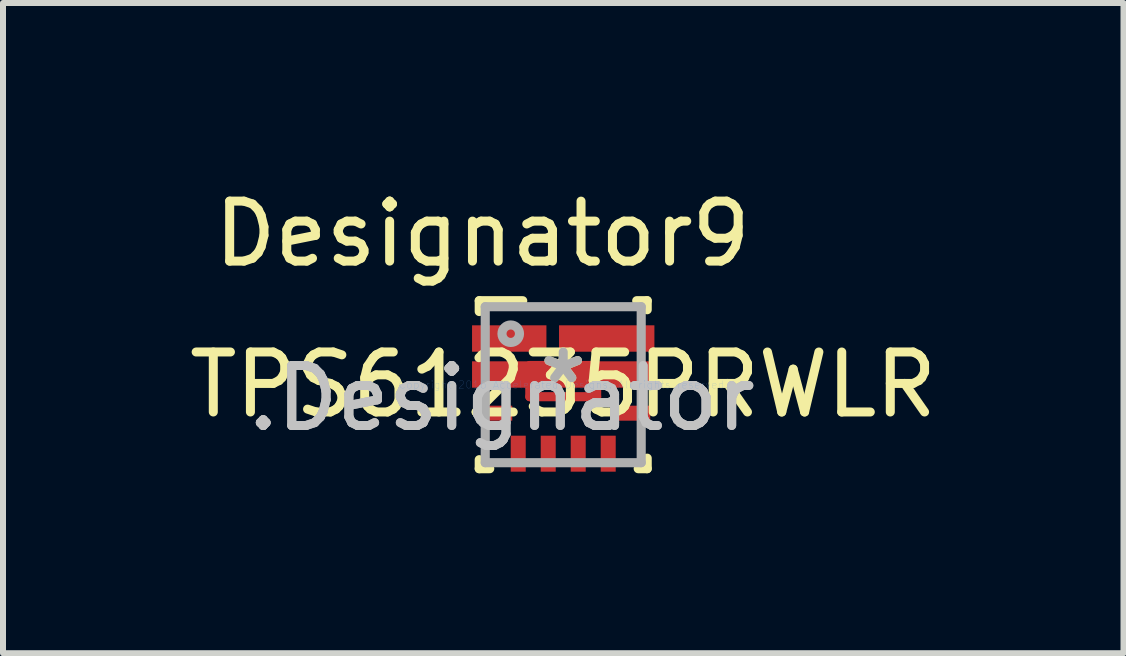
<source format=kicad_pcb>
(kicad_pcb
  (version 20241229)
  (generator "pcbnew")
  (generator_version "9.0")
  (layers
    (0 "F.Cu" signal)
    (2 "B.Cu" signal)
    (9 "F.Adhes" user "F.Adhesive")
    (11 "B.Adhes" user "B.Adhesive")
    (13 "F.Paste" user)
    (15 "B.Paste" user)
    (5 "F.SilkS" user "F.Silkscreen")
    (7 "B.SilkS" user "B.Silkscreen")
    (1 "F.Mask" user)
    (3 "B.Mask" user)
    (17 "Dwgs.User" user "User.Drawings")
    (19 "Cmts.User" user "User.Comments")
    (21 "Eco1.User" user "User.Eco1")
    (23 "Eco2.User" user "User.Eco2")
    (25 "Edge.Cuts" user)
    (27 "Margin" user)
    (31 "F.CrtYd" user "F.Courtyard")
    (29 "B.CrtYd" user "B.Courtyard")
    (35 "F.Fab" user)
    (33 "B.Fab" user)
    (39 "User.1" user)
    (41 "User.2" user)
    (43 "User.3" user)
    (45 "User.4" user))
  (footprint "TPS61235PRWLR"
    (layer "F.Cu")
    (at 6.339 3.363)
    (property "Reference" "TPS61235PRWLR" (at 0 0 0) (layer "F.SilkS") (effects (font (size 1 1) (thickness 0.15))))
    (attr through_hole)
    (fp_line (start -0.557 -0.32) (end -0.557 0.2) (stroke (width 0.152) (type solid)) (layer "F.Cu"))
    (fp_line (start -0.557 0.2) (end 0.557 0.2) (stroke (width 0.152) (type solid)) (layer "F.Cu"))
    (fp_line (start 0.557 -0.32) (end -0.557 -0.32) (stroke (width 0.152) (type solid)) (layer "F.Cu"))
    (fp_line (start 0.557 0.2) (end 0.557 -0.32) (stroke (width 0.152) (type solid)) (layer "F.Cu"))
    (fp_line (start -0.487 -0.25) (end -0.487 0.13) (stroke (width 0.152) (type solid)) (layer "F.Mask"))
    (fp_line (start -0.487 0.13) (end 0.487 0.13) (stroke (width 0.152) (type solid)) (layer "F.Mask"))
    (fp_line (start 0.487 -0.25) (end -0.487 -0.25) (stroke (width 0.152) (type solid)) (layer "F.Mask"))
    (fp_line (start 0.487 0.13) (end 0.487 -0.25) (stroke (width 0.152) (type solid)) (layer "F.Mask"))
    (fp_line (start -1.4 -1.4) (end -0.675 -1.4) (stroke (width 0.152) (type solid)) (layer "F.SilkS"))
    (fp_line (start -1.4 -1.22) (end -1.4 -1.4) (stroke (width 0.152) (type solid)) (layer "F.SilkS"))
    (fp_line (start -1.4 1.4) (end -1.4 1.25) (stroke (width 0.152) (type solid)) (layer "F.SilkS"))
    (fp_line (start -1.4 1.4) (end -1.225 1.4) (stroke (width 0.152) (type solid)) (layer "F.SilkS"))
    (fp_line (start 1.225 -1.4) (end 1.4 -1.4) (stroke (width 0.152) (type solid)) (layer "F.SilkS"))
    (fp_line (start 1.25 1.4) (end 1.4 1.4) (stroke (width 0.152) (type solid)) (layer "F.SilkS"))
    (fp_line (start 1.4 -1.25) (end 1.4 -1.4) (stroke (width 0.152) (type solid)) (layer "F.SilkS"))
    (fp_line (start 1.4 1.4) (end 1.4 1.225) (stroke (width 0.152) (type solid)) (layer "F.SilkS"))
    (fp_line (start -1.45 -0.92) (end -1.45 -0.62) (stroke (width 0.152) (type solid)) (layer "F.Paste"))
    (fp_line (start -1.45 -0.62) (end -0.5 -0.62) (stroke (width 0.152) (type solid)) (layer "F.Paste"))
    (fp_line (start -1.45 -0.32) (end -1.45 -0.02) (stroke (width 0.152) (type solid)) (layer "F.Paste"))
    (fp_line (start -1.45 -0.02) (end -0.71 -0.02) (stroke (width 0.152) (type solid)) (layer "F.Paste"))
    (fp_line (start -0.71 -0.32) (end -1.45 -0.32) (stroke (width 0.152) (type solid)) (layer "F.Paste"))
    (fp_line (start -0.71 -0.02) (end -0.71 -0.32) (stroke (width 0.152) (type solid)) (layer "F.Paste"))
    (fp_line (start -0.5 -0.92) (end -1.45 -0.92) (stroke (width 0.152) (type solid)) (layer "F.Paste"))
    (fp_line (start -0.5 -0.62) (end -0.5 -0.92) (stroke (width 0.152) (type solid)) (layer "F.Paste"))
    (fp_line (start -0.488 -0.32) (end -0.488 0.13) (stroke (width 0.152) (type solid)) (layer "F.Paste"))
    (fp_line (start -0.488 0.13) (end 0.487 0.13) (stroke (width 0.152) (type solid)) (layer "F.Paste"))
    (fp_line (start 0 -0.92) (end 0 -0.62) (stroke (width 0.152) (type solid)) (layer "F.Paste"))
    (fp_line (start 0 -0.62) (end 0.65 -0.62) (stroke (width 0.152) (type solid)) (layer "F.Paste"))
    (fp_line (start 0.487 -0.32) (end -0.488 -0.32) (stroke (width 0.152) (type solid)) (layer "F.Paste"))
    (fp_line (start 0.487 0.13) (end 0.487 -0.32) (stroke (width 0.152) (type solid)) (layer "F.Paste"))
    (fp_line (start 0.65 -0.92) (end 0 -0.92) (stroke (width 0.152) (type solid)) (layer "F.Paste"))
    (fp_line (start 0.65 -0.62) (end 0.65 -0.92) (stroke (width 0.152) (type solid)) (layer "F.Paste"))
    (fp_line (start 0.71 -0.32) (end 0.71 -0.02) (stroke (width 0.152) (type solid)) (layer "F.Paste"))
    (fp_line (start 0.71 -0.02) (end 1.45 -0.02) (stroke (width 0.152) (type solid)) (layer "F.Paste"))
    (fp_line (start 0.85 -0.92) (end 0.85 -0.62) (stroke (width 0.152) (type solid)) (layer "F.Paste"))
    (fp_line (start 0.85 -0.62) (end 1.45 -0.62) (stroke (width 0.152) (type solid)) (layer "F.Paste"))
    (fp_line (start 1.45 -0.92) (end 0.85 -0.92) (stroke (width 0.152) (type solid)) (layer "F.Paste"))
    (fp_line (start 1.45 -0.62) (end 1.45 -0.92) (stroke (width 0.152) (type solid)) (layer "F.Paste"))
    (fp_line (start 1.45 -0.32) (end 0.71 -0.32) (stroke (width 0.152) (type solid)) (layer "F.Paste"))
    (fp_line (start 1.45 -0.02) (end 1.45 -0.32) (stroke (width 0.152) (type solid)) (layer "F.Paste"))
    (fp_line (start -1.3 -1.3) (end 1.3 -1.3) (stroke (width 0.152) (type solid)) (layer "F.Fab"))
    (fp_line (start -1.3 1.3) (end -1.3 -1.3) (stroke (width 0.152) (type solid)) (layer "F.Fab"))
    (fp_line (start -1.3 1.3) (end 1.3 1.3) (stroke (width 0.152) (type solid)) (layer "F.Fab"))
    (fp_line (start 1.3 1.3) (end 1.3 -1.3) (stroke (width 0.152) (type solid)) (layer "F.Fab"))
    (fp_circle (center -0.875 -0.85) (end -0.729 -0.85) (stroke (width 0.152) (type solid)) (fill no) (layer "F.Fab"))
    (fp_text user "Designator9" (at -1.346 -2.515 0) (layer "F.SilkS") (effects (font (size 1 1) (thickness 0.15))))
    (fp_text user "*" (at 0 0 0) (layer "F.SilkS") (effects (font (size 1 1) (thickness 0.15))))
    (fp_text user ".Designator" (at -1.025 0.225 0) (layer "Dwgs.User") (effects (font (size 1 1) (thickness 0.15))))
    (fp_text user "Copyright 2016 Accelerated Designs. All rights reserved." (at 0 0 0) (layer "Cmts.User") (effects (font (size 0.127 0.127) (thickness 0.002))))
    (fp_text user ".Designator" (at -1.025 0.225 0) (layer "F.Fab") (effects (font (size 1 1) (thickness 0.15))))
    (fp_text user "*" (at 0 0 0) (layer "F.Fab") (effects (font (size 1 1) (thickness 0.15))))
    (pad "1" smd rect (at -0.9 -0.77) (size 1.24 0.44) (layers "F.Cu" "F.Mask" "F.Paste"))
    (pad "2" smd rect (at 0 -0.17) (size 3.04 0.44) (layers "F.Cu" "F.Mask" "F.Paste"))
    (pad "3" smd rect (at -1.15 0.475 90) (size 0.25 0.6) (layers "F.Cu" "F.Mask" "F.Paste"))
    (pad "4" smd rect (at -0.75 1.15) (size 0.25 0.6) (layers "F.Cu" "F.Mask" "F.Paste"))
    (pad "5" smd rect (at -0.25 1.15) (size 0.25 0.6) (layers "F.Cu" "F.Mask" "F.Paste"))
    (pad "6" smd rect (at 0.25 1.15) (size 0.25 0.6) (layers "F.Cu" "F.Mask" "F.Paste"))
    (pad "7" smd rect (at 0.75 1.15) (size 0.25 0.6) (layers "F.Cu" "F.Mask" "F.Paste"))
    (pad "8" smd rect (at 1.15 0.475 90) (size 0.25 0.6) (layers "F.Cu" "F.Mask" "F.Paste"))
    (pad "9" smd rect (at 0.725 -0.77) (size 1.59 0.44) (layers "F.Cu" "F.Mask" "F.Paste")))
  (gr_rect
    (start -3 -3)
    (end 15.679 7.839)
    (stroke (width 0.1) (type default))
    (fill no)
    (layer "Edge.Cuts")))
</source>
